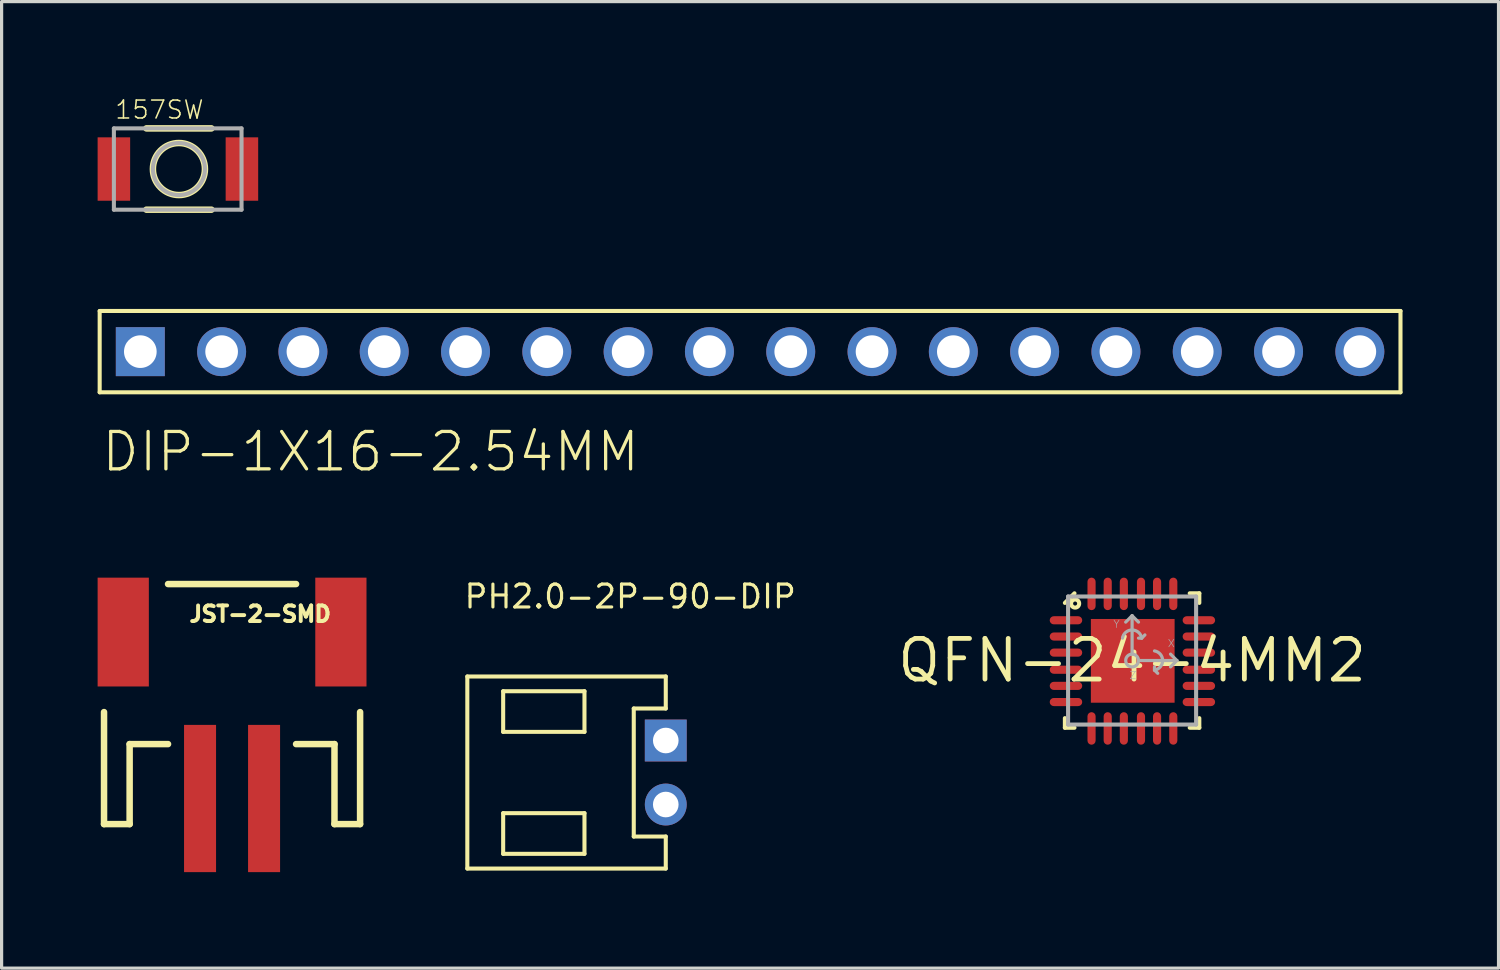
<source format=kicad_pcb>
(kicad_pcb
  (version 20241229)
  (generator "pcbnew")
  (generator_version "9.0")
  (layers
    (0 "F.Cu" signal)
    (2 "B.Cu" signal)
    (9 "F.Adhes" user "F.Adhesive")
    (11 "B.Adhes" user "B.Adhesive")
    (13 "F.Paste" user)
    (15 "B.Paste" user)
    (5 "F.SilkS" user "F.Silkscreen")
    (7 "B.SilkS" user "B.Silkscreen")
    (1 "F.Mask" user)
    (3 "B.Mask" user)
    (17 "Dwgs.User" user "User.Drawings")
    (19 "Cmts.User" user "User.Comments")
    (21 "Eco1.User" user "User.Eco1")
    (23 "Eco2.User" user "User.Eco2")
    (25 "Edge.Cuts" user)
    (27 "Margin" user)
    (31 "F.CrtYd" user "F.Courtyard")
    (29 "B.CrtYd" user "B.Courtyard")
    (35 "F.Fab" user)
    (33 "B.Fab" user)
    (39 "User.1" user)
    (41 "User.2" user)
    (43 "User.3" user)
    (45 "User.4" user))
  (footprint "QFN-24-4MM2"
    (layer "F.Cu")
    (at 32.319 17.586)
    (property "Reference" "QFN-24-4MM2" (at 0 0 0) (layer "F.SilkS") (effects (font (size 1.27 1.27) (thickness 0.15))))
    (fp_line (start -2.1 -1.8) (end -1.8 -2.1) (stroke (width 0.127) (type solid)) (layer "F.SilkS"))
    (fp_line (start -2.1 2.1) (end -2.1 1.8) (stroke (width 0.127) (type solid)) (layer "F.SilkS"))
    (fp_line (start -1.8 2.1) (end -2.1 2.1) (stroke (width 0.127) (type solid)) (layer "F.SilkS"))
    (fp_line (start 1.8 -2.1) (end 2.1 -2.1) (stroke (width 0.127) (type solid)) (layer "F.SilkS"))
    (fp_line (start 1.8 2.1) (end 2.1 2.1) (stroke (width 0.127) (type solid)) (layer "F.SilkS"))
    (fp_line (start 2.1 -2.1) (end 2.1 -1.8) (stroke (width 0.127) (type solid)) (layer "F.SilkS"))
    (fp_line (start 2.1 2.1) (end 2.1 1.8) (stroke (width 0.127) (type solid)) (layer "F.SilkS"))
    (fp_circle (center -1.78 -1.78) (end -1.717 -1.78) (stroke (width 0.127) (type solid)) (fill no) (layer "F.SilkS"))
    (fp_poly (pts (xy -0.838 -0.33) (xy -0.356 -0.33) (xy -0.356 -0.813) (xy -0.838 -0.813)) (stroke (width 0) (type solid)) (fill yes) (layer "F.Paste"))
    (fp_poly (pts (xy -0.826 0.876) (xy -0.343 0.876) (xy -0.343 0.394) (xy -0.826 0.394)) (stroke (width 0) (type solid)) (fill yes) (layer "F.Paste"))
    (fp_poly (pts (xy 0.394 0.876) (xy 0.876 0.876) (xy 0.876 0.394) (xy 0.394 0.394)) (stroke (width 0) (type solid)) (fill yes) (layer "F.Paste"))
    (fp_poly (pts (xy 0.432 -0.33) (xy 0.914 -0.33) (xy 0.914 -0.813) (xy 0.432 -0.813)) (stroke (width 0) (type solid)) (fill yes) (layer "F.Paste"))
    (fp_line (start -2 -2) (end 2 -2) (stroke (width 0.127) (type solid)) (layer "F.Fab"))
    (fp_line (start -2 2) (end -2 -2) (stroke (width 0.127) (type solid)) (layer "F.Fab"))
    (fp_line (start -0.2 -1.2) (end 0 -1.4) (stroke (width 0.1) (type solid)) (layer "F.Fab"))
    (fp_line (start 0 -1.4) (end 0.2 -1.2) (stroke (width 0.1) (type solid)) (layer "F.Fab"))
    (fp_line (start 0 -0.2) (end 0 -1.4) (stroke (width 0.1) (type solid)) (layer "F.Fab"))
    (fp_line (start 0.2 0) (end 1.4 0) (stroke (width 0.1) (type solid)) (layer "F.Fab"))
    (fp_line (start 0.3 -0.7) (end 0.2 -0.7) (stroke (width 0.1) (type solid)) (layer "F.Fab"))
    (fp_line (start 0.4 -0.8) (end 0.3 -0.7) (stroke (width 0.1) (type solid)) (layer "F.Fab"))
    (fp_line (start 0.7 0.3) (end 0.7 0.2) (stroke (width 0.1) (type solid)) (layer "F.Fab"))
    (fp_line (start 0.8 0.4) (end 0.7 0.3) (stroke (width 0.1) (type solid)) (layer "F.Fab"))
    (fp_line (start 1.2 -0.2) (end 1.4 0) (stroke (width 0.1) (type solid)) (layer "F.Fab"))
    (fp_line (start 1.4 0) (end 1.2 0.2) (stroke (width 0.1) (type solid)) (layer "F.Fab"))
    (fp_line (start 2 -2) (end 2 2) (stroke (width 0.127) (type solid)) (layer "F.Fab"))
    (fp_line (start 2 2) (end -2 2) (stroke (width 0.127) (type solid)) (layer "F.Fab"))
    (fp_arc (start -0.3 -0.7) (mid 0 -0.954138) (end 0.3 -0.7) (stroke (width 0.1) (type solid)) (layer "F.Fab"))
    (fp_arc (start 0.7 -0.3) (mid 0.954138 0) (end 0.7 0.3) (stroke (width 0.1) (type solid)) (layer "F.Fab"))
    (fp_circle (center 0 0) (end 0.2 0) (stroke (width 0.1) (type solid)) (fill no) (layer "F.Fab"))
    (fp_text user "X" (at 1.1 -0.4 0) (layer "F.Fab") (effects (font (size 0.234 0.234) (thickness 0.02)) (justify left bottom)))
    (fp_text user "Z" (at -0.1 0.6 0) (layer "F.Fab") (effects (font (size 0.234 0.234) (thickness 0.02)) (justify left bottom)))
    (fp_text user "Y" (at -0.6 -1 0) (layer "F.Fab") (effects (font (size 0.234 0.234) (thickness 0.02)) (justify left bottom)))
    (pad "1" smd roundrect (at -2.066 -1.257 180) (size 1.016 0.254) (layers "F.Cu" "F.Mask" "F.Paste") (roundrect_rratio 0.5))
    (pad "2" smd roundrect (at -2.066 -0.75 180) (size 1.016 0.254) (layers "F.Cu" "F.Mask" "F.Paste") (roundrect_rratio 0.5))
    (pad "3" smd roundrect (at -2.066 -0.247 180) (size 1.016 0.254) (layers "F.Cu" "F.Mask" "F.Paste") (roundrect_rratio 0.5))
    (pad "4" smd roundrect (at -2.066 0.287 180) (size 1.016 0.254) (layers "F.Cu" "F.Mask" "F.Paste") (roundrect_rratio 0.5))
    (pad "5" smd roundrect (at -2.066 0.792 180) (size 1.016 0.254) (layers "F.Cu" "F.Mask" "F.Paste") (roundrect_rratio 0.5))
    (pad "6" smd roundrect (at -2.066 1.297 180) (size 1.016 0.254) (layers "F.Cu" "F.Mask" "F.Paste") (roundrect_rratio 0.5))
    (pad "7" smd roundrect (at -1.267 2.122 90) (size 1.016 0.254) (layers "F.Cu" "F.Mask" "F.Paste") (roundrect_rratio 0.5))
    (pad "8" smd roundrect (at -0.762 2.122 90) (size 1.016 0.254) (layers "F.Cu" "F.Mask" "F.Paste") (roundrect_rratio 0.5))
    (pad "9" smd roundrect (at -0.258 2.122 90) (size 1.016 0.254) (layers "F.Cu" "F.Mask" "F.Paste") (roundrect_rratio 0.5))
    (pad "10" smd roundrect (at 0.278 2.122 90) (size 1.016 0.254) (layers "F.Cu" "F.Mask" "F.Paste") (roundrect_rratio 0.5))
    (pad "11" smd roundrect (at 0.78 2.122 90) (size 1.016 0.254) (layers "F.Cu" "F.Mask" "F.Paste") (roundrect_rratio 0.5))
    (pad "12" smd roundrect (at 1.287 2.122 90) (size 1.016 0.254) (layers "F.Cu" "F.Mask" "F.Paste") (roundrect_rratio 0.5))
    (pad "13" smd roundrect (at 2.086 1.297 180) (size 1.016 0.254) (layers "F.Cu" "F.Mask" "F.Paste") (roundrect_rratio 0.5))
    (pad "14" smd roundrect (at 2.086 0.792 180) (size 1.016 0.254) (layers "F.Cu" "F.Mask" "F.Paste") (roundrect_rratio 0.5))
    (pad "15" smd roundrect (at 2.086 0.287 180) (size 1.016 0.254) (layers "F.Cu" "F.Mask" "F.Paste") (roundrect_rratio 0.5))
    (pad "16" smd roundrect (at 2.086 -0.247 180) (size 1.016 0.254) (layers "F.Cu" "F.Mask" "F.Paste") (roundrect_rratio 0.5))
    (pad "17" smd roundrect (at 2.086 -0.75 180) (size 1.016 0.254) (layers "F.Cu" "F.Mask" "F.Paste") (roundrect_rratio 0.5))
    (pad "18" smd roundrect (at 2.086 -1.257 180) (size 1.016 0.254) (layers "F.Cu" "F.Mask" "F.Paste") (roundrect_rratio 0.5))
    (pad "19" smd roundrect (at 1.287 -2.082 90) (size 1.016 0.254) (layers "F.Cu" "F.Mask" "F.Paste") (roundrect_rratio 0.5))
    (pad "20" smd roundrect (at 0.78 -2.082 90) (size 1.016 0.254) (layers "F.Cu" "F.Mask" "F.Paste") (roundrect_rratio 0.5))
    (pad "21" smd roundrect (at 0.278 -2.082 90) (size 1.016 0.254) (layers "F.Cu" "F.Mask" "F.Paste") (roundrect_rratio 0.5))
    (pad "22" smd roundrect (at -0.258 -2.082 90) (size 1.016 0.254) (layers "F.Cu" "F.Mask" "F.Paste") (roundrect_rratio 0.5))
    (pad "23" smd roundrect (at -0.762 -2.082 90) (size 1.016 0.254) (layers "F.Cu" "F.Mask" "F.Paste") (roundrect_rratio 0.5))
    (pad "24" smd roundrect (at -1.267 -2.082 90) (size 1.016 0.254) (layers "F.Cu" "F.Mask" "F.Paste") (roundrect_rratio 0.5))
    (pad "P$1" smd rect (at 0.02 0.01) (size 2.616 2.616) (layers "F.Cu" "F.Mask")))
  (footprint "JST-2-SMD"
    (layer "F.Cu")
    (at 4.2 18.197)
    (property "Reference" "JST-2-SMD" (at -1.397 -1.778 0) (layer "F.SilkS") (effects (font (size 0.488 0.488) (thickness 0.122)) (justify left bottom)))
    (fp_line (start -4 1) (end -4 4.5) (stroke (width 0.203) (type solid)) (layer "F.SilkS"))
    (fp_line (start -4 4.5) (end -3.2 4.5) (stroke (width 0.203) (type solid)) (layer "F.SilkS"))
    (fp_line (start -3.2 2) (end -2 2) (stroke (width 0.203) (type solid)) (layer "F.SilkS"))
    (fp_line (start -3.2 4.5) (end -3.2 2) (stroke (width 0.203) (type solid)) (layer "F.SilkS"))
    (fp_line (start 2 -3) (end -2 -3) (stroke (width 0.203) (type solid)) (layer "F.SilkS"))
    (fp_line (start 2 2) (end 3.2 2) (stroke (width 0.203) (type solid)) (layer "F.SilkS"))
    (fp_line (start 3.2 2) (end 3.2 4.5) (stroke (width 0.203) (type solid)) (layer "F.SilkS"))
    (fp_line (start 3.2 4.5) (end 4 4.5) (stroke (width 0.203) (type solid)) (layer "F.SilkS"))
    (fp_line (start 4 4.5) (end 4 1) (stroke (width 0.203) (type solid)) (layer "F.SilkS"))
    (pad "1" smd rect (at -1 3.7) (size 1 4.6) (layers "F.Cu" "F.Mask" "F.Paste"))
    (pad "2" smd rect (at 1 3.7) (size 1 4.6) (layers "F.Cu" "F.Mask" "F.Paste"))
    (pad "NC1" smd rect (at -3.4 -1.5 90) (size 3.4 1.6) (layers "F.Cu" "F.Mask" "F.Paste"))
    (pad "NC2" smd rect (at 3.4 -1.5 90) (size 3.4 1.6) (layers "F.Cu" "F.Mask" "F.Paste")))
  (footprint "157SW"
    (layer "F.Cu")
    (at 0.508 2.231)
    (property "Reference" "157SW" (at 0 -1.524 0) (layer "F.SilkS") (effects (font (size 0.561 0.561) (thickness 0.049)) (justify left bottom)))
    (fp_line (start 1.016 -1.27) (end 3.048 -1.27) (stroke (width 0.203) (type solid)) (layer "F.SilkS"))
    (fp_line (start 1.016 1.27) (end 3.048 1.27) (stroke (width 0.203) (type solid)) (layer "F.SilkS"))
    (fp_circle (center 2.032 0) (end 2.845 0) (stroke (width 0.203) (type solid)) (fill no) (layer "F.SilkS"))
    (fp_line (start 0 -1.27) (end 3.988 -1.27) (stroke (width 0.127) (type solid)) (layer "F.Fab"))
    (fp_line (start 0 1.27) (end 0 -1.27) (stroke (width 0.127) (type solid)) (layer "F.Fab"))
    (fp_line (start 3.988 -1.27) (end 3.988 1.27) (stroke (width 0.127) (type solid)) (layer "F.Fab"))
    (fp_line (start 3.988 1.27) (end 0 1.27) (stroke (width 0.127) (type solid)) (layer "F.Fab"))
    (fp_circle (center 2.032 0) (end 2.845 0) (stroke (width 0.127) (type solid)) (fill no) (layer "F.Fab"))
    (pad "1" smd rect (at 0 0) (size 1.016 1.981) (layers "F.Cu" "F.Mask" "F.Paste"))
    (pad "2" smd rect (at 4 0) (size 1.016 1.981) (layers "F.Cu" "F.Mask" "F.Paste")))
  (footprint "PH2.0-2P-90-DIP"
    (layer "F.Cu")
    (at 17.75 21.085)
    (property "Reference" "PH2.0-2P-90-DIP" (at -6.35 -5.08 0) (layer "F.SilkS") (effects (font (size 0.715 0.715) (thickness 0.098)) (justify left bottom)))
    (fp_line (start -6.2 -3) (end 0 -3) (stroke (width 0.127) (type solid)) (layer "F.SilkS"))
    (fp_line (start -6.2 3) (end -6.2 -3) (stroke (width 0.127) (type solid)) (layer "F.SilkS"))
    (fp_line (start -5.08 -2.54) (end -5.08 -1.27) (stroke (width 0.127) (type solid)) (layer "F.SilkS"))
    (fp_line (start -5.08 -1.27) (end -2.54 -1.27) (stroke (width 0.127) (type solid)) (layer "F.SilkS"))
    (fp_line (start -5.08 1.27) (end -2.54 1.27) (stroke (width 0.127) (type solid)) (layer "F.SilkS"))
    (fp_line (start -5.08 2.54) (end -5.08 1.27) (stroke (width 0.127) (type solid)) (layer "F.SilkS"))
    (fp_line (start -2.54 -2.54) (end -5.08 -2.54) (stroke (width 0.127) (type solid)) (layer "F.SilkS"))
    (fp_line (start -2.54 -1.27) (end -2.54 -2.54) (stroke (width 0.127) (type solid)) (layer "F.SilkS"))
    (fp_line (start -2.54 1.27) (end -2.54 2.54) (stroke (width 0.127) (type solid)) (layer "F.SilkS"))
    (fp_line (start -2.54 2.54) (end -5.08 2.54) (stroke (width 0.127) (type solid)) (layer "F.SilkS"))
    (fp_line (start -1 -2) (end -1 2) (stroke (width 0.127) (type solid)) (layer "F.SilkS"))
    (fp_line (start -1 2) (end 0 2) (stroke (width 0.127) (type solid)) (layer "F.SilkS"))
    (fp_line (start 0 -3) (end 0 -2) (stroke (width 0.127) (type solid)) (layer "F.SilkS"))
    (fp_line (start 0 -2) (end -1 -2) (stroke (width 0.127) (type solid)) (layer "F.SilkS"))
    (fp_line (start 0 2) (end 0 3) (stroke (width 0.127) (type solid)) (layer "F.SilkS"))
    (fp_line (start 0 3) (end -6.2 3) (stroke (width 0.127) (type solid)) (layer "F.SilkS"))
    (pad "1" thru_hole rect (at 0 -1) (size 1.308 1.308) (drill 0.8) (layers "*.Cu" "*.Mask"))
    (pad "2" thru_hole circle (at 0 1) (size 1.308 1.308) (drill 0.8) (layers "*.Cu" "*.Mask")))
  (footprint "DIP-1X16-2.54MM"
    (layer "F.Cu")
    (at 20.384 7.936)
    (property "Reference" "DIP-1X16-2.54MM" (at -20.32 3.81 0) (layer "F.SilkS") (effects (font (size 1.168 1.168) (thickness 0.102)) (justify left bottom)))
    (fp_line (start -20.32 -1.27) (end -20.32 1.27) (stroke (width 0.127) (type solid)) (layer "F.SilkS"))
    (fp_line (start -20.32 1.27) (end 20.32 1.27) (stroke (width 0.127) (type solid)) (layer "F.SilkS"))
    (fp_line (start 20.32 -1.27) (end -20.32 -1.27) (stroke (width 0.127) (type solid)) (layer "F.SilkS"))
    (fp_line (start 20.32 1.27) (end 20.32 -1.27) (stroke (width 0.127) (type solid)) (layer "F.SilkS"))
    (pad "1" thru_hole rect (at -19.05 0) (size 1.53 1.53) (drill 1.02) (layers "*.Cu" "*.Mask"))
    (pad "2" thru_hole circle (at -16.51 0) (size 1.53 1.53) (drill 1.02) (layers "*.Cu" "*.Mask"))
    (pad "3" thru_hole circle (at -13.97 0) (size 1.53 1.53) (drill 1.02) (layers "*.Cu" "*.Mask"))
    (pad "4" thru_hole circle (at -11.43 0) (size 1.53 1.53) (drill 1.02) (layers "*.Cu" "*.Mask"))
    (pad "5" thru_hole circle (at -8.89 0) (size 1.53 1.53) (drill 1.02) (layers "*.Cu" "*.Mask"))
    (pad "6" thru_hole circle (at -6.35 0) (size 1.53 1.53) (drill 1.02) (layers "*.Cu" "*.Mask"))
    (pad "7" thru_hole circle (at -3.81 0) (size 1.53 1.53) (drill 1.02) (layers "*.Cu" "*.Mask"))
    (pad "8" thru_hole circle (at -1.27 0) (size 1.53 1.53) (drill 1.02) (layers "*.Cu" "*.Mask"))
    (pad "9" thru_hole circle (at 1.27 0) (size 1.53 1.53) (drill 1.02) (layers "*.Cu" "*.Mask"))
    (pad "10" thru_hole circle (at 3.81 0) (size 1.53 1.53) (drill 1.02) (layers "*.Cu" "*.Mask"))
    (pad "11" thru_hole circle (at 6.35 0) (size 1.53 1.53) (drill 1.02) (layers "*.Cu" "*.Mask"))
    (pad "12" thru_hole circle (at 8.89 0) (size 1.53 1.53) (drill 1.02) (layers "*.Cu" "*.Mask"))
    (pad "13" thru_hole circle (at 11.43 0) (size 1.53 1.53) (drill 1.02) (layers "*.Cu" "*.Mask"))
    (pad "14" thru_hole circle (at 13.97 0) (size 1.53 1.53) (drill 1.02) (layers "*.Cu" "*.Mask"))
    (pad "15" thru_hole circle (at 16.51 0) (size 1.53 1.53) (drill 1.02) (layers "*.Cu" "*.Mask"))
    (pad "16" thru_hole circle (at 19.05 0) (size 1.53 1.53) (drill 1.02) (layers "*.Cu" "*.Mask")))
  (gr_rect
    (start -3 -3)
    (end 43.767 27.197)
    (stroke (width 0.1) (type default))
    (fill no)
    (layer "Edge.Cuts")))
</source>
